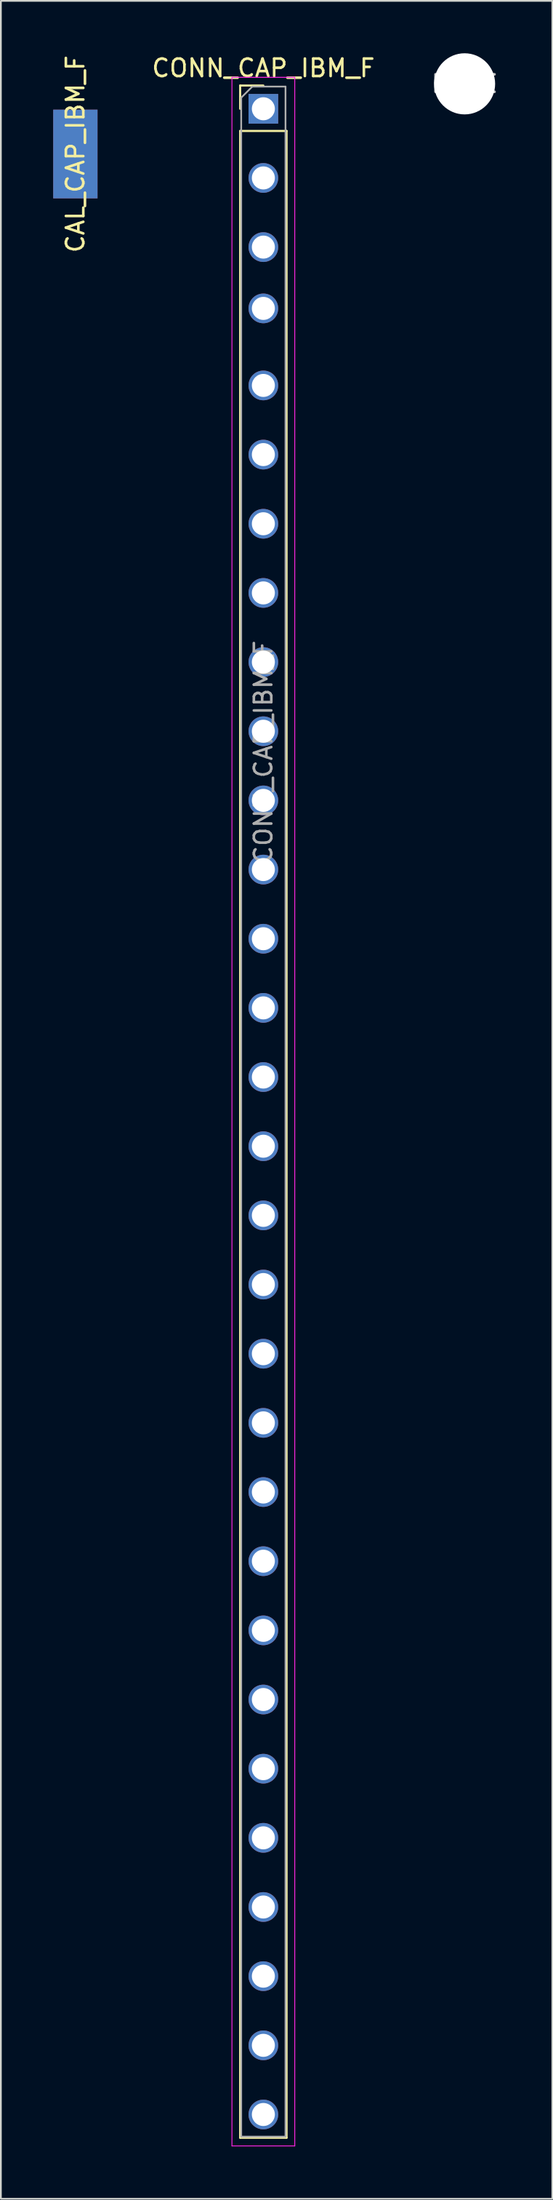
<source format=kicad_pcb>
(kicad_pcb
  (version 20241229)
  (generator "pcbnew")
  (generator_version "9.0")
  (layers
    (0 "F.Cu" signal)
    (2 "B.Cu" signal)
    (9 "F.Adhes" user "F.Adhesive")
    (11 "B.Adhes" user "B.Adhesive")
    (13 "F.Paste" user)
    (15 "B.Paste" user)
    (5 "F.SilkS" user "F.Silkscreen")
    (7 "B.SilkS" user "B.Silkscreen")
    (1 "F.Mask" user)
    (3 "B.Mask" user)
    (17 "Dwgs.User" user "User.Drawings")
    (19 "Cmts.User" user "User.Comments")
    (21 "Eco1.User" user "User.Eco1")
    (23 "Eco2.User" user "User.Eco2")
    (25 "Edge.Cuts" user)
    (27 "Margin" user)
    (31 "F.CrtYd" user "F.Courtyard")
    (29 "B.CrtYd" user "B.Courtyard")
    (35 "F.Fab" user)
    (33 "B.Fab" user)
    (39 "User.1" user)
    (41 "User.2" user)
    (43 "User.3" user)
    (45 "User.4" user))
  (footprint "CAL_CAP_IBM_F"
    (layer "F.Cu")
    (at 1.27 5.768)
    (property "Reference" "CAL_CAP_IBM_F" (at 0 0 270) (layer "F.SilkS") (effects (font (size 1 1) (thickness 0.15))))
    (attr through_hole)
    (pad "COL" smd rect (at 0 0) (size 2.54 5.08) (layers "B.Cu"))
    (pad "ROW" smd rect (at 0 0) (size 2.54 5.08) (layers "F.Cu")))
  (footprint "HOLE"
    (layer "F.Cu")
    (at 23.582 1.75)
    (property "Reference" "HOLE" (at 0 0 0) (layer "Dwgs.User") (effects (font (size 1 1) (thickness 0.15))))
    (attr through_hole)
    (pad "" np_thru_hole circle (at 0 0) (size 3.5 3.5) (drill 3.5) (layers "*.Cu" "*.Mask")))
  (footprint "CONN_CAP_IBM_F"
    (layer "F.Cu")
    (at 12.046 3.178)
    (property "Reference" "CONN_CAP_IBM_F" (at 0 -2.33 0) (layer "F.SilkS") (effects (font (size 1 1) (thickness 0.15))))
    (attr through_hole)
    (fp_line (start -1.33 -1.33) (end 0 -1.33) (stroke (width 0.12) (type solid)) (layer "F.SilkS"))
    (fp_line (start -1.33 0) (end -1.33 -1.33) (stroke (width 0.12) (type solid)) (layer "F.SilkS"))
    (fp_line (start -1.33 1.27) (end -1.33 116.17) (stroke (width 0.12) (type solid)) (layer "F.SilkS"))
    (fp_line (start -1.33 1.27) (end 1.33 1.27) (stroke (width 0.12) (type solid)) (layer "F.SilkS"))
    (fp_line (start -1.33 116.17) (end 1.33 116.17) (stroke (width 0.12) (type solid)) (layer "F.SilkS"))
    (fp_line (start 1.33 1.27) (end 1.33 116.17) (stroke (width 0.12) (type solid)) (layer "F.SilkS"))
    (fp_line (start -1.8 -1.8) (end -1.8 116.64) (stroke (width 0.05) (type solid)) (layer "F.CrtYd"))
    (fp_line (start -1.8 116.64) (end 1.8 116.64) (stroke (width 0.05) (type solid)) (layer "F.CrtYd"))
    (fp_line (start 1.8 -1.8) (end -1.8 -1.8) (stroke (width 0.05) (type solid)) (layer "F.CrtYd"))
    (fp_line (start 1.8 116.64) (end 1.8 -1.8) (stroke (width 0.05) (type solid)) (layer "F.CrtYd"))
    (fp_line (start -1.27 -0.635) (end -0.635 -1.27) (stroke (width 0.1) (type solid)) (layer "F.Fab"))
    (fp_line (start -1.27 116.11) (end -1.27 -0.635) (stroke (width 0.1) (type solid)) (layer "F.Fab"))
    (fp_line (start -0.635 -1.27) (end 1.27 -1.27) (stroke (width 0.1) (type solid)) (layer "F.Fab"))
    (fp_line (start 1.27 -1.27) (end 1.27 116.11) (stroke (width 0.1) (type solid)) (layer "F.Fab"))
    (fp_line (start 1.27 116.11) (end -1.27 116.11) (stroke (width 0.1) (type solid)) (layer "F.Fab"))
    (fp_text user "${REFERENCE}" (at 0 36.83 90) (layer "F.Fab") (effects (font (size 1 1) (thickness 0.15))))
    (pad "1" thru_hole rect (at 0 0) (size 1.7 1.7) (drill 1.317) (layers "*.Cu" "*.Mask"))
    (pad "2" thru_hole oval (at 0 3.96) (size 1.7 1.7) (drill 1.317) (layers "*.Cu" "*.Mask"))
    (pad "3" thru_hole oval (at 0 7.92) (size 1.7 1.7) (drill 1.317) (layers "*.Cu" "*.Mask"))
    (pad "4" thru_hole oval (at 0 11.43) (size 1.7 1.7) (drill 1.317) (layers "*.Cu" "*.Mask"))
    (pad "5" thru_hole oval (at 0 15.84) (size 1.7 1.7) (drill 1.317) (layers "*.Cu" "*.Mask"))
    (pad "6" thru_hole oval (at 0 19.8) (size 1.7 1.7) (drill 1.317) (layers "*.Cu" "*.Mask"))
    (pad "7" thru_hole oval (at 0 23.76) (size 1.7 1.7) (drill 1.317) (layers "*.Cu" "*.Mask"))
    (pad "8" thru_hole oval (at 0 27.72) (size 1.7 1.7) (drill 1.317) (layers "*.Cu" "*.Mask"))
    (pad "9" thru_hole oval (at 0 31.68) (size 1.7 1.7) (drill 1.317) (layers "*.Cu" "*.Mask"))
    (pad "10" thru_hole oval (at 0 35.64) (size 1.7 1.7) (drill 1.317) (layers "*.Cu" "*.Mask"))
    (pad "11" thru_hole oval (at 0 39.6) (size 1.7 1.7) (drill 1.317) (layers "*.Cu" "*.Mask"))
    (pad "12" thru_hole oval (at 0 43.56) (size 1.7 1.7) (drill 1.317) (layers "*.Cu" "*.Mask"))
    (pad "13" thru_hole oval (at 0 47.52) (size 1.7 1.7) (drill 1.317) (layers "*.Cu" "*.Mask"))
    (pad "14" thru_hole oval (at 0 51.48) (size 1.7 1.7) (drill 1.317) (layers "*.Cu" "*.Mask"))
    (pad "15" thru_hole oval (at 0 55.44) (size 1.7 1.7) (drill 1.317) (layers "*.Cu" "*.Mask"))
    (pad "16" thru_hole oval (at 0 59.4) (size 1.7 1.7) (drill 1.317) (layers "*.Cu" "*.Mask"))
    (pad "17" thru_hole oval (at 0 63.36) (size 1.7 1.7) (drill 1.317) (layers "*.Cu" "*.Mask"))
    (pad "18" thru_hole oval (at 0 67.32) (size 1.7 1.7) (drill 1.317) (layers "*.Cu" "*.Mask"))
    (pad "19" thru_hole oval (at 0 71.28) (size 1.7 1.7) (drill 1.317) (layers "*.Cu" "*.Mask"))
    (pad "20" thru_hole oval (at 0 75.24) (size 1.7 1.7) (drill 1.317) (layers "*.Cu" "*.Mask"))
    (pad "21" thru_hole oval (at 0 79.2) (size 1.7 1.7) (drill 1.317) (layers "*.Cu" "*.Mask"))
    (pad "22" thru_hole oval (at 0 83.16) (size 1.7 1.7) (drill 1.317) (layers "*.Cu" "*.Mask"))
    (pad "23" thru_hole oval (at 0 87.12) (size 1.7 1.7) (drill 1.317) (layers "*.Cu" "*.Mask"))
    (pad "24" thru_hole oval (at 0 91.08) (size 1.7 1.7) (drill 1.317) (layers "*.Cu" "*.Mask"))
    (pad "25" thru_hole oval (at 0 95.04) (size 1.7 1.7) (drill 1.317) (layers "*.Cu" "*.Mask"))
    (pad "26" thru_hole oval (at 0 99) (size 1.7 1.7) (drill 1.317) (layers "*.Cu" "*.Mask"))
    (pad "27" thru_hole oval (at 0 102.96) (size 1.7 1.7) (drill 1.317) (layers "*.Cu" "*.Mask"))
    (pad "28" thru_hole oval (at 0 106.92) (size 1.7 1.7) (drill 1.317) (layers "*.Cu" "*.Mask"))
    (pad "29" thru_hole oval (at 0 110.88) (size 1.7 1.7) (drill 1.317) (layers "*.Cu" "*.Mask"))
    (pad "30" thru_hole oval (at 0 114.84) (size 1.7 1.7) (drill 1.317) (layers "*.Cu" "*.Mask")))
  (gr_rect
    (start -3 -3)
    (end 28.611 122.843)
    (stroke (width 0.1) (type default))
    (fill no)
    (layer "Edge.Cuts")))
</source>
